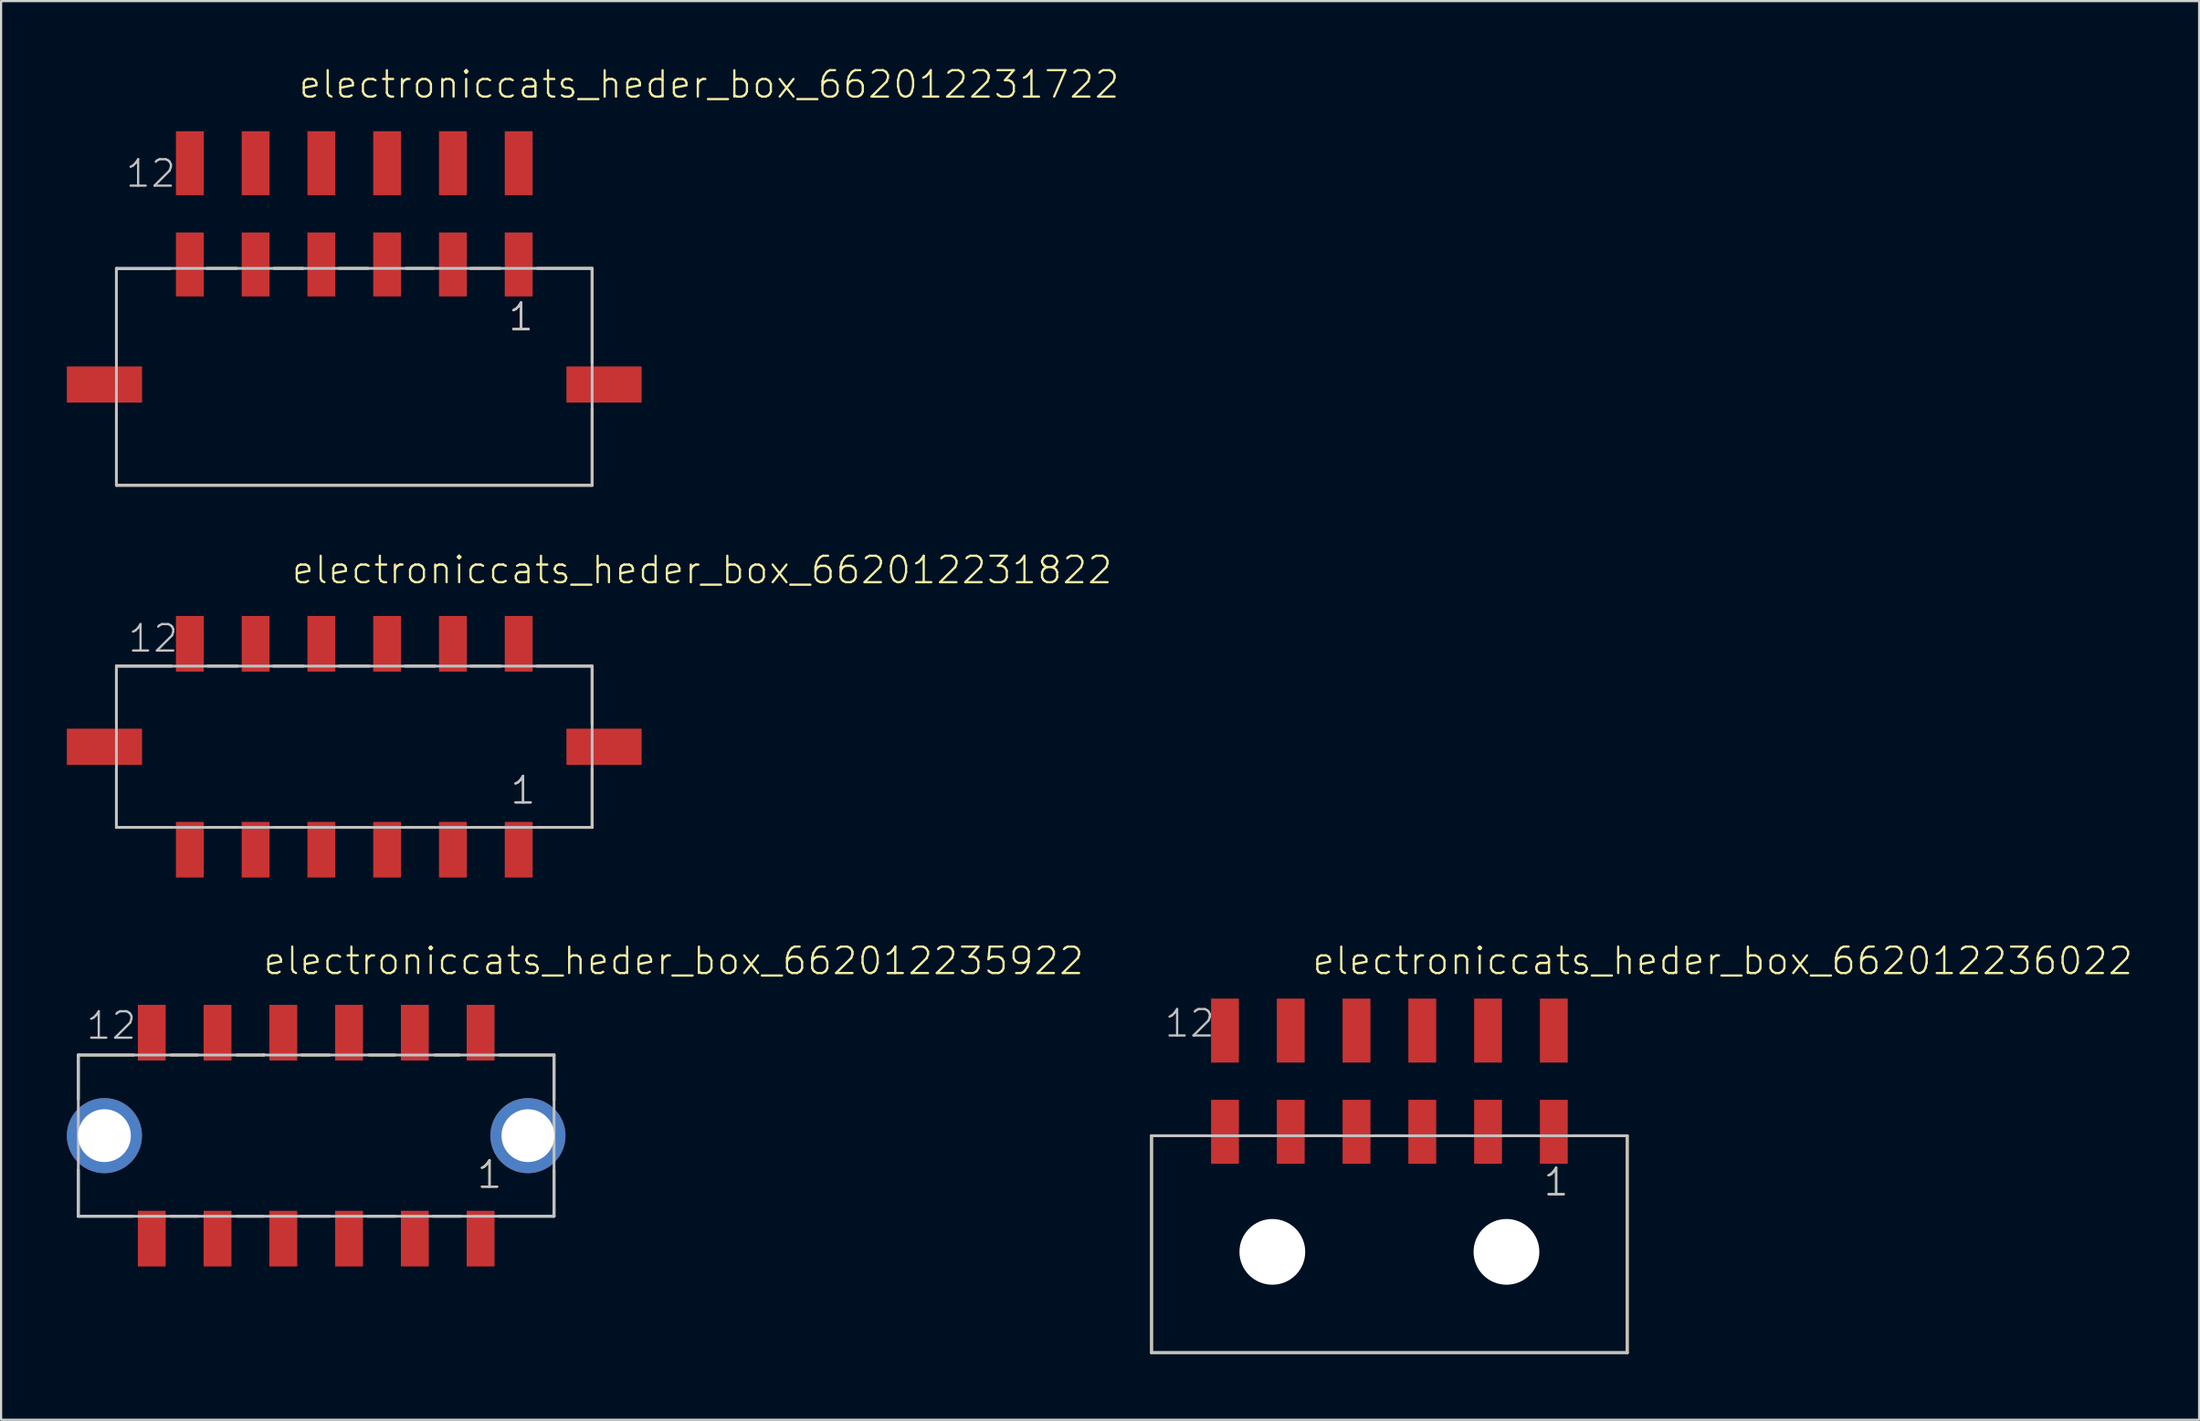
<source format=kicad_pcb>
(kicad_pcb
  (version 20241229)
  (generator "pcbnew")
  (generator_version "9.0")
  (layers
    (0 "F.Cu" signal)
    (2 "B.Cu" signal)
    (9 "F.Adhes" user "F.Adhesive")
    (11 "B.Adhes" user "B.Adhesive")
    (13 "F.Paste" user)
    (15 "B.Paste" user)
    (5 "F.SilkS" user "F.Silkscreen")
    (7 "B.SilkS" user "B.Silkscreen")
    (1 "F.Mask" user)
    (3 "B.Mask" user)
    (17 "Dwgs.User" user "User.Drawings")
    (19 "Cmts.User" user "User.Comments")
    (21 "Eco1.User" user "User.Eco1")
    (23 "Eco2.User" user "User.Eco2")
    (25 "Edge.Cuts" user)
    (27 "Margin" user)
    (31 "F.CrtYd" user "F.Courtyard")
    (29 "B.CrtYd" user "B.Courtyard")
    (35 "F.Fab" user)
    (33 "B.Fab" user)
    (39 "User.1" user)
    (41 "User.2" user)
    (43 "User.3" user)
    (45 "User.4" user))
  (footprint "electroniccats_heder_box_662012235922"
    (layer "F.Cu")
    (at 11.373 48.787)
    (property "Reference" "electroniccats_heder_box_662012235922" (at -2.48 -7.27 0) (layer "F.SilkS") (effects (font (size 1.206 1.206) (thickness 0.102)) (justify left bottom)))
    (attr through_hole)
    (fp_line (start -10.85 -3.68) (end -10.85 -1.67) (stroke (width 0.127) (type solid)) (layer "F.SilkS"))
    (fp_line (start -10.85 1.56) (end -10.85 3.68) (stroke (width 0.127) (type solid)) (layer "F.SilkS"))
    (fp_line (start -10.85 3.68) (end -8.36 3.68) (stroke (width 0.127) (type solid)) (layer "F.SilkS"))
    (fp_line (start -8.31 -3.68) (end -10.85 -3.68) (stroke (width 0.127) (type solid)) (layer "F.SilkS"))
    (fp_line (start -6.65 3.68) (end -5.4 3.68) (stroke (width 0.127) (type solid)) (layer "F.SilkS"))
    (fp_line (start -6.63 -3.68) (end -5.41 -3.68) (stroke (width 0.127) (type solid)) (layer "F.SilkS"))
    (fp_line (start -3.63 -3.68) (end -2.39 -3.68) (stroke (width 0.127) (type solid)) (layer "F.SilkS"))
    (fp_line (start -3.61 3.68) (end -2.4 3.68) (stroke (width 0.127) (type solid)) (layer "F.SilkS"))
    (fp_line (start -2.39 -3.68) (end -2.39 -3.7) (stroke (width 0.127) (type solid)) (layer "F.SilkS"))
    (fp_line (start -0.7 3.68) (end 0.61 3.68) (stroke (width 0.127) (type solid)) (layer "F.SilkS"))
    (fp_line (start -0.67 -3.68) (end 0.6 -3.68) (stroke (width 0.127) (type solid)) (layer "F.SilkS"))
    (fp_line (start 2.33 3.68) (end 3.6 3.68) (stroke (width 0.127) (type solid)) (layer "F.SilkS"))
    (fp_line (start 2.41 -3.68) (end 3.59 -3.68) (stroke (width 0.127) (type solid)) (layer "F.SilkS"))
    (fp_line (start 5.33 3.68) (end 6.6 3.68) (stroke (width 0.127) (type solid)) (layer "F.SilkS"))
    (fp_line (start 5.41 -3.68) (end 6.53 -3.68) (stroke (width 0.127) (type solid)) (layer "F.SilkS"))
    (fp_line (start 8.34 3.68) (end 10.85 3.68) (stroke (width 0.127) (type solid)) (layer "F.SilkS"))
    (fp_line (start 8.36 -3.68) (end 10.85 -3.68) (stroke (width 0.127) (type solid)) (layer "F.SilkS"))
    (fp_line (start 10.85 -3.68) (end 10.85 -1.62) (stroke (width 0.127) (type solid)) (layer "F.SilkS"))
    (fp_line (start 10.85 3.68) (end 10.85 1.57) (stroke (width 0.127) (type solid)) (layer "F.SilkS"))
    (fp_line (start -10.85 -3.68) (end 10.85 -3.68) (stroke (width 0.127) (type solid)) (layer "Dwgs.User"))
    (fp_line (start -10.85 3.68) (end -10.85 -3.68) (stroke (width 0.127) (type solid)) (layer "Dwgs.User"))
    (fp_line (start 10.85 -3.68) (end 10.85 3.68) (stroke (width 0.127) (type solid)) (layer "Dwgs.User"))
    (fp_line (start 10.85 3.68) (end -10.85 3.68) (stroke (width 0.127) (type solid)) (layer "Dwgs.User"))
    (fp_text user "1" (at 7.265 2.48 0) (layer "F.SilkS") (effects (font (size 1.206 1.206) (thickness 0.102)) (justify left bottom)))
    (fp_text user "12" (at -10.56 -4.32 0) (layer "Dwgs.User") (effects (font (size 1.206 1.206) (thickness 0.102)) (justify left bottom)))
    (fp_text user "1" (at 7.265 2.48 0) (layer "Dwgs.User") (effects (font (size 1.206 1.206) (thickness 0.102)) (justify left bottom)))
    (pad "1" smd rect (at 7.5 4.7 90) (size 2.54 1.27) (layers "F.Cu" "F.Mask" "F.Paste"))
    (pad "2" smd rect (at 4.5 4.7 90) (size 2.54 1.27) (layers "F.Cu" "F.Mask" "F.Paste"))
    (pad "3" smd rect (at 1.5 4.7 90) (size 2.54 1.27) (layers "F.Cu" "F.Mask" "F.Paste"))
    (pad "4" smd rect (at -1.5 4.7 90) (size 2.54 1.27) (layers "F.Cu" "F.Mask" "F.Paste"))
    (pad "5" smd rect (at -4.5 4.7 90) (size 2.54 1.27) (layers "F.Cu" "F.Mask" "F.Paste"))
    (pad "6" smd rect (at -7.5 4.7 90) (size 2.54 1.27) (layers "F.Cu" "F.Mask" "F.Paste"))
    (pad "7" smd rect (at 7.5 -4.7 90) (size 2.54 1.27) (layers "F.Cu" "F.Mask" "F.Paste"))
    (pad "8" smd rect (at 4.5 -4.7 90) (size 2.54 1.27) (layers "F.Cu" "F.Mask" "F.Paste"))
    (pad "9" smd rect (at 1.5 -4.7 90) (size 2.54 1.27) (layers "F.Cu" "F.Mask" "F.Paste"))
    (pad "10" smd rect (at -1.5 -4.7 90) (size 2.54 1.27) (layers "F.Cu" "F.Mask" "F.Paste"))
    (pad "11" smd rect (at -4.5 -4.7 90) (size 2.54 1.27) (layers "F.Cu" "F.Mask" "F.Paste"))
    (pad "12" smd rect (at -7.5 -4.7 90) (size 2.54 1.27) (layers "F.Cu" "F.Mask" "F.Paste"))
    (pad "Z1" thru_hole circle (at -9.66 0) (size 3.426 3.426) (drill 2.41) (layers "*.Cu" "*.Mask"))
    (pad "Z2" thru_hole circle (at 9.66 0) (size 3.426 3.426) (drill 2.41) (layers "*.Cu" "*.Mask")))
  (footprint "electroniccats_heder_box_662012236022"
    (layer "F.Cu")
    (at 60.329 54.092)
    (property "Reference" "electroniccats_heder_box_662012236022" (at -3.585 -12.575 0) (layer "F.SilkS") (effects (font (size 1.206 1.206) (thickness 0.102)) (justify left bottom)))
    (attr through_hole)
    (fp_line (start -10.85 -5.3) (end -10.85 4.6) (stroke (width 0.127) (type solid)) (layer "F.SilkS"))
    (fp_line (start -10.85 4.6) (end 10.85 4.6) (stroke (width 0.127) (type solid)) (layer "F.SilkS"))
    (fp_line (start -8.3 -5.3) (end -10.85 -5.3) (stroke (width 0.127) (type solid)) (layer "F.SilkS"))
    (fp_line (start -6.67 -5.3) (end -5.36 -5.3) (stroke (width 0.127) (type solid)) (layer "F.SilkS"))
    (fp_line (start -3.67 -5.3) (end -2.36 -5.3) (stroke (width 0.127) (type solid)) (layer "F.SilkS"))
    (fp_line (start -0.67 -5.3) (end 0.64 -5.3) (stroke (width 0.127) (type solid)) (layer "F.SilkS"))
    (fp_line (start 2.32 -5.3) (end 3.63 -5.3) (stroke (width 0.127) (type solid)) (layer "F.SilkS"))
    (fp_line (start 5.32 -5.3) (end 6.63 -5.3) (stroke (width 0.127) (type solid)) (layer "F.SilkS"))
    (fp_line (start 8.33 -5.3) (end 10.85 -5.3) (stroke (width 0.127) (type solid)) (layer "F.SilkS"))
    (fp_line (start 10.85 4.6) (end 10.85 -5.3) (stroke (width 0.127) (type solid)) (layer "F.SilkS"))
    (fp_line (start -10.85 -5.3) (end 10.85 -5.3) (stroke (width 0.127) (type solid)) (layer "Dwgs.User"))
    (fp_line (start -10.85 4.6) (end -10.85 -5.3) (stroke (width 0.127) (type solid)) (layer "Dwgs.User"))
    (fp_line (start 10.85 -5.3) (end 10.85 4.6) (stroke (width 0.127) (type solid)) (layer "Dwgs.User"))
    (fp_line (start 10.85 4.6) (end -10.85 4.6) (stroke (width 0.127) (type solid)) (layer "Dwgs.User"))
    (fp_text user "1" (at 6.965 -2.48 0) (layer "F.SilkS") (effects (font (size 1.206 1.206) (thickness 0.102)) (justify left bottom)))
    (fp_text user "12" (at -10.325 -9.725 0) (layer "Dwgs.User") (effects (font (size 1.206 1.206) (thickness 0.102)) (justify left bottom)))
    (fp_text user "1" (at 6.965 -2.48 0) (layer "Dwgs.User") (effects (font (size 1.206 1.206) (thickness 0.102)) (justify left bottom)))
    (pad "" np_thru_hole circle (at -5.34 0) (size 3 3) (drill 3) (layers "*.Cu"))
    (pad "" np_thru_hole circle (at 5.34 0) (size 3 3) (drill 3) (layers "*.Cu"))
    (pad "1" smd rect (at 7.5 -5.48 90) (size 2.92 1.27) (layers "F.Cu" "F.Mask" "F.Paste"))
    (pad "2" smd rect (at 4.5 -5.48 90) (size 2.92 1.27) (layers "F.Cu" "F.Mask" "F.Paste"))
    (pad "3" smd rect (at 1.5 -5.48 90) (size 2.92 1.27) (layers "F.Cu" "F.Mask" "F.Paste"))
    (pad "4" smd rect (at -1.5 -5.48 90) (size 2.92 1.27) (layers "F.Cu" "F.Mask" "F.Paste"))
    (pad "5" smd rect (at -4.5 -5.48 90) (size 2.92 1.27) (layers "F.Cu" "F.Mask" "F.Paste"))
    (pad "6" smd rect (at -7.5 -5.48 90) (size 2.92 1.27) (layers "F.Cu" "F.Mask" "F.Paste"))
    (pad "7" smd rect (at 7.5 -10.1 90) (size 2.92 1.27) (layers "F.Cu" "F.Mask" "F.Paste"))
    (pad "8" smd rect (at 4.5 -10.1 90) (size 2.92 1.27) (layers "F.Cu" "F.Mask" "F.Paste"))
    (pad "9" smd rect (at 1.5 -10.1 90) (size 2.92 1.27) (layers "F.Cu" "F.Mask" "F.Paste"))
    (pad "10" smd rect (at -1.5 -10.1 90) (size 2.92 1.27) (layers "F.Cu" "F.Mask" "F.Paste"))
    (pad "11" smd rect (at -4.5 -10.1 90) (size 2.92 1.27) (layers "F.Cu" "F.Mask" "F.Paste"))
    (pad "12" smd rect (at -7.5 -10.1 90) (size 2.92 1.27) (layers "F.Cu" "F.Mask" "F.Paste")))
  (footprint "electroniccats_heder_box_662012231822"
    (layer "F.Cu")
    (at 13.11 31.036)
    (property "Reference" "electroniccats_heder_box_662012231822" (at -2.92 -7.36 0) (layer "F.SilkS") (effects (font (size 1.206 1.206) (thickness 0.102)) (justify left bottom)))
    (attr through_hole)
    (fp_line (start -10.85 -3.68) (end -10.85 -1.02) (stroke (width 0.127) (type solid)) (layer "F.SilkS"))
    (fp_line (start -10.85 1.01) (end -10.85 3.68) (stroke (width 0.127) (type solid)) (layer "F.SilkS"))
    (fp_line (start -8.33 -3.68) (end -10.85 -3.68) (stroke (width 0.127) (type solid)) (layer "F.SilkS"))
    (fp_line (start -8.33 3.68) (end -10.85 3.68) (stroke (width 0.127) (type solid)) (layer "F.SilkS"))
    (fp_line (start -6.69 -3.68) (end -5.31 -3.68) (stroke (width 0.127) (type solid)) (layer "F.SilkS"))
    (fp_line (start -6.66 3.68) (end -5.33 3.68) (stroke (width 0.127) (type solid)) (layer "F.SilkS"))
    (fp_line (start -3.69 -3.68) (end -2.31 -3.68) (stroke (width 0.127) (type solid)) (layer "F.SilkS"))
    (fp_line (start -3.66 3.68) (end -2.33 3.68) (stroke (width 0.127) (type solid)) (layer "F.SilkS"))
    (fp_line (start -0.69 -3.68) (end 0.69 -3.68) (stroke (width 0.127) (type solid)) (layer "F.SilkS"))
    (fp_line (start -0.66 3.68) (end 0.67 3.68) (stroke (width 0.127) (type solid)) (layer "F.SilkS"))
    (fp_line (start 2.31 -3.68) (end 3.69 -3.68) (stroke (width 0.127) (type solid)) (layer "F.SilkS"))
    (fp_line (start 2.34 3.68) (end 3.67 3.68) (stroke (width 0.127) (type solid)) (layer "F.SilkS"))
    (fp_line (start 5.31 -3.68) (end 6.69 -3.68) (stroke (width 0.127) (type solid)) (layer "F.SilkS"))
    (fp_line (start 5.34 3.68) (end 6.67 3.68) (stroke (width 0.127) (type solid)) (layer "F.SilkS"))
    (fp_line (start 8.34 -3.68) (end 10.85 -3.68) (stroke (width 0.127) (type solid)) (layer "F.SilkS"))
    (fp_line (start 10.85 -3.68) (end 10.85 -1.02) (stroke (width 0.127) (type solid)) (layer "F.SilkS"))
    (fp_line (start 10.85 1.01) (end 10.85 3.68) (stroke (width 0.127) (type solid)) (layer "F.SilkS"))
    (fp_line (start 10.85 3.68) (end 8.38 3.68) (stroke (width 0.127) (type solid)) (layer "F.SilkS"))
    (fp_line (start -10.85 -3.68) (end 10.85 -3.68) (stroke (width 0.127) (type solid)) (layer "Dwgs.User"))
    (fp_line (start -10.85 3.68) (end -10.85 -3.68) (stroke (width 0.127) (type solid)) (layer "Dwgs.User"))
    (fp_line (start 10.85 -3.68) (end 10.85 3.68) (stroke (width 0.127) (type solid)) (layer "Dwgs.User"))
    (fp_line (start 10.85 3.68) (end -10.85 3.68) (stroke (width 0.127) (type solid)) (layer "Dwgs.User"))
    (fp_text user "1" (at 7.06 2.69 0) (layer "F.SilkS") (effects (font (size 1.206 1.206) (thickness 0.102)) (justify left bottom)))
    (fp_text user "12" (at -10.39 -4.24 0) (layer "Dwgs.User") (effects (font (size 1.206 1.206) (thickness 0.102)) (justify left bottom)))
    (fp_text user "1" (at 7.06 2.69 0) (layer "Dwgs.User") (effects (font (size 1.206 1.206) (thickness 0.102)) (justify left bottom)))
    (pad "1" smd rect (at 7.5 4.7 90) (size 2.54 1.27) (layers "F.Cu" "F.Mask" "F.Paste"))
    (pad "2" smd rect (at 4.5 4.7 90) (size 2.54 1.27) (layers "F.Cu" "F.Mask" "F.Paste"))
    (pad "3" smd rect (at 1.5 4.7 90) (size 2.54 1.27) (layers "F.Cu" "F.Mask" "F.Paste"))
    (pad "4" smd rect (at -1.5 4.7 90) (size 2.54 1.27) (layers "F.Cu" "F.Mask" "F.Paste"))
    (pad "5" smd rect (at -4.5 4.7 90) (size 2.54 1.27) (layers "F.Cu" "F.Mask" "F.Paste"))
    (pad "6" smd rect (at -7.5 4.7 90) (size 2.54 1.27) (layers "F.Cu" "F.Mask" "F.Paste"))
    (pad "7" smd rect (at 7.5 -4.7 90) (size 2.54 1.27) (layers "F.Cu" "F.Mask" "F.Paste"))
    (pad "8" smd rect (at 4.5 -4.7 90) (size 2.54 1.27) (layers "F.Cu" "F.Mask" "F.Paste"))
    (pad "9" smd rect (at 1.5 -4.7 90) (size 2.54 1.27) (layers "F.Cu" "F.Mask" "F.Paste"))
    (pad "10" smd rect (at -1.5 -4.7 90) (size 2.54 1.27) (layers "F.Cu" "F.Mask" "F.Paste"))
    (pad "11" smd rect (at -4.5 -4.7 90) (size 2.54 1.27) (layers "F.Cu" "F.Mask" "F.Paste"))
    (pad "12" smd rect (at -7.5 -4.7 90) (size 2.54 1.27) (layers "F.Cu" "F.Mask" "F.Paste"))
    (pad "M1" smd rect (at 11.395 0 180) (size 3.43 1.65) (layers "F.Cu" "F.Mask" "F.Paste"))
    (pad "M2" smd rect (at -11.395 0 180) (size 3.43 1.65) (layers "F.Cu" "F.Mask" "F.Paste")))
  (footprint "electroniccats_heder_box_662012231722"
    (layer "F.Cu")
    (at 13.11 14.501)
    (property "Reference" "electroniccats_heder_box_662012231722" (at -2.6 -12.99 0) (layer "F.SilkS") (effects (font (size 1.206 1.206) (thickness 0.102)) (justify left bottom)))
    (attr through_hole)
    (fp_line (start -10.85 -5.29) (end -10.85 -1.12) (stroke (width 0.127) (type solid)) (layer "F.SilkS"))
    (fp_line (start -10.85 1.06) (end -10.85 4.6) (stroke (width 0.127) (type solid)) (layer "F.SilkS"))
    (fp_line (start -10.85 4.6) (end 10.85 4.6) (stroke (width 0.127) (type solid)) (layer "F.SilkS"))
    (fp_line (start -8.39 -5.29) (end -10.85 -5.29) (stroke (width 0.127) (type solid)) (layer "F.SilkS"))
    (fp_line (start -6.72 -5.3) (end -5.36 -5.3) (stroke (width 0.127) (type solid)) (layer "F.SilkS"))
    (fp_line (start -3.66 -5.3) (end -2.36 -5.3) (stroke (width 0.127) (type solid)) (layer "F.SilkS"))
    (fp_line (start -2.36 -5.3) (end -2.36 -5.29) (stroke (width 0.127) (type solid)) (layer "F.SilkS"))
    (fp_line (start -0.69 -5.3) (end 0.63 -5.3) (stroke (width 0.127) (type solid)) (layer "F.SilkS"))
    (fp_line (start 2.37 -5.3) (end 3.63 -5.3) (stroke (width 0.127) (type solid)) (layer "F.SilkS"))
    (fp_line (start 5.31 -5.3) (end 6.65 -5.3) (stroke (width 0.127) (type solid)) (layer "F.SilkS"))
    (fp_line (start 8.35 -5.3) (end 10.85 -5.3) (stroke (width 0.127) (type solid)) (layer "F.SilkS"))
    (fp_line (start 10.85 -5.3) (end 10.85 -1.01) (stroke (width 0.127) (type solid)) (layer "F.SilkS"))
    (fp_line (start 10.85 4.6) (end 10.85 1.1) (stroke (width 0.127) (type solid)) (layer "F.SilkS"))
    (fp_line (start -10.85 -5.3) (end 10.85 -5.3) (stroke (width 0.127) (type solid)) (layer "Dwgs.User"))
    (fp_line (start -10.85 4.6) (end -10.85 -5.3) (stroke (width 0.127) (type solid)) (layer "Dwgs.User"))
    (fp_line (start 10.85 -5.3) (end 10.85 4.6) (stroke (width 0.127) (type solid)) (layer "Dwgs.User"))
    (fp_line (start 10.85 4.6) (end -10.85 4.6) (stroke (width 0.127) (type solid)) (layer "Dwgs.User"))
    (fp_text user "1" (at 6.965 -2.38 0) (layer "F.SilkS") (effects (font (size 1.206 1.206) (thickness 0.102)) (justify left bottom)))
    (fp_text user "12" (at -10.5 -8.925 0) (layer "Dwgs.User") (effects (font (size 1.206 1.206) (thickness 0.102)) (justify left bottom)))
    (fp_text user "1" (at 6.965 -2.38 0) (layer "Dwgs.User") (effects (font (size 1.206 1.206) (thickness 0.102)) (justify left bottom)))
    (fp_text user "1" (at 6.965 -2.38 0) (layer "Dwgs.User") (effects (font (size 1.206 1.206) (thickness 0.102)) (justify left bottom)))
    (pad "1" smd rect (at 7.5 -5.48 90) (size 2.92 1.27) (layers "F.Cu" "F.Mask" "F.Paste"))
    (pad "2" smd rect (at 4.5 -5.48 90) (size 2.92 1.27) (layers "F.Cu" "F.Mask" "F.Paste"))
    (pad "3" smd rect (at 1.5 -5.48 90) (size 2.92 1.27) (layers "F.Cu" "F.Mask" "F.Paste"))
    (pad "4" smd rect (at -1.5 -5.48 90) (size 2.92 1.27) (layers "F.Cu" "F.Mask" "F.Paste"))
    (pad "5" smd rect (at -4.5 -5.48 90) (size 2.92 1.27) (layers "F.Cu" "F.Mask" "F.Paste"))
    (pad "6" smd rect (at -7.5 -5.48 90) (size 2.92 1.27) (layers "F.Cu" "F.Mask" "F.Paste"))
    (pad "7" smd rect (at 7.5 -10.1 90) (size 2.92 1.27) (layers "F.Cu" "F.Mask" "F.Paste"))
    (pad "8" smd rect (at 4.5 -10.1 90) (size 2.92 1.27) (layers "F.Cu" "F.Mask" "F.Paste"))
    (pad "9" smd rect (at 1.5 -10.1 90) (size 2.92 1.27) (layers "F.Cu" "F.Mask" "F.Paste"))
    (pad "10" smd rect (at -1.5 -10.1 90) (size 2.92 1.27) (layers "F.Cu" "F.Mask" "F.Paste"))
    (pad "11" smd rect (at -4.5 -10.1 90) (size 2.92 1.27) (layers "F.Cu" "F.Mask" "F.Paste"))
    (pad "12" smd rect (at -7.5 -10.1 90) (size 2.92 1.27) (layers "F.Cu" "F.Mask" "F.Paste"))
    (pad "M1" smd rect (at 11.395 0) (size 3.43 1.65) (layers "F.Cu" "F.Mask" "F.Paste"))
    (pad "M2" smd rect (at -11.395 0) (size 3.43 1.65) (layers "F.Cu" "F.Mask" "F.Paste")))
  (gr_rect
    (start -3 -3)
    (end 97.266 61.756)
    (stroke (width 0.1) (type default))
    (fill no)
    (layer "Edge.Cuts")))
</source>
